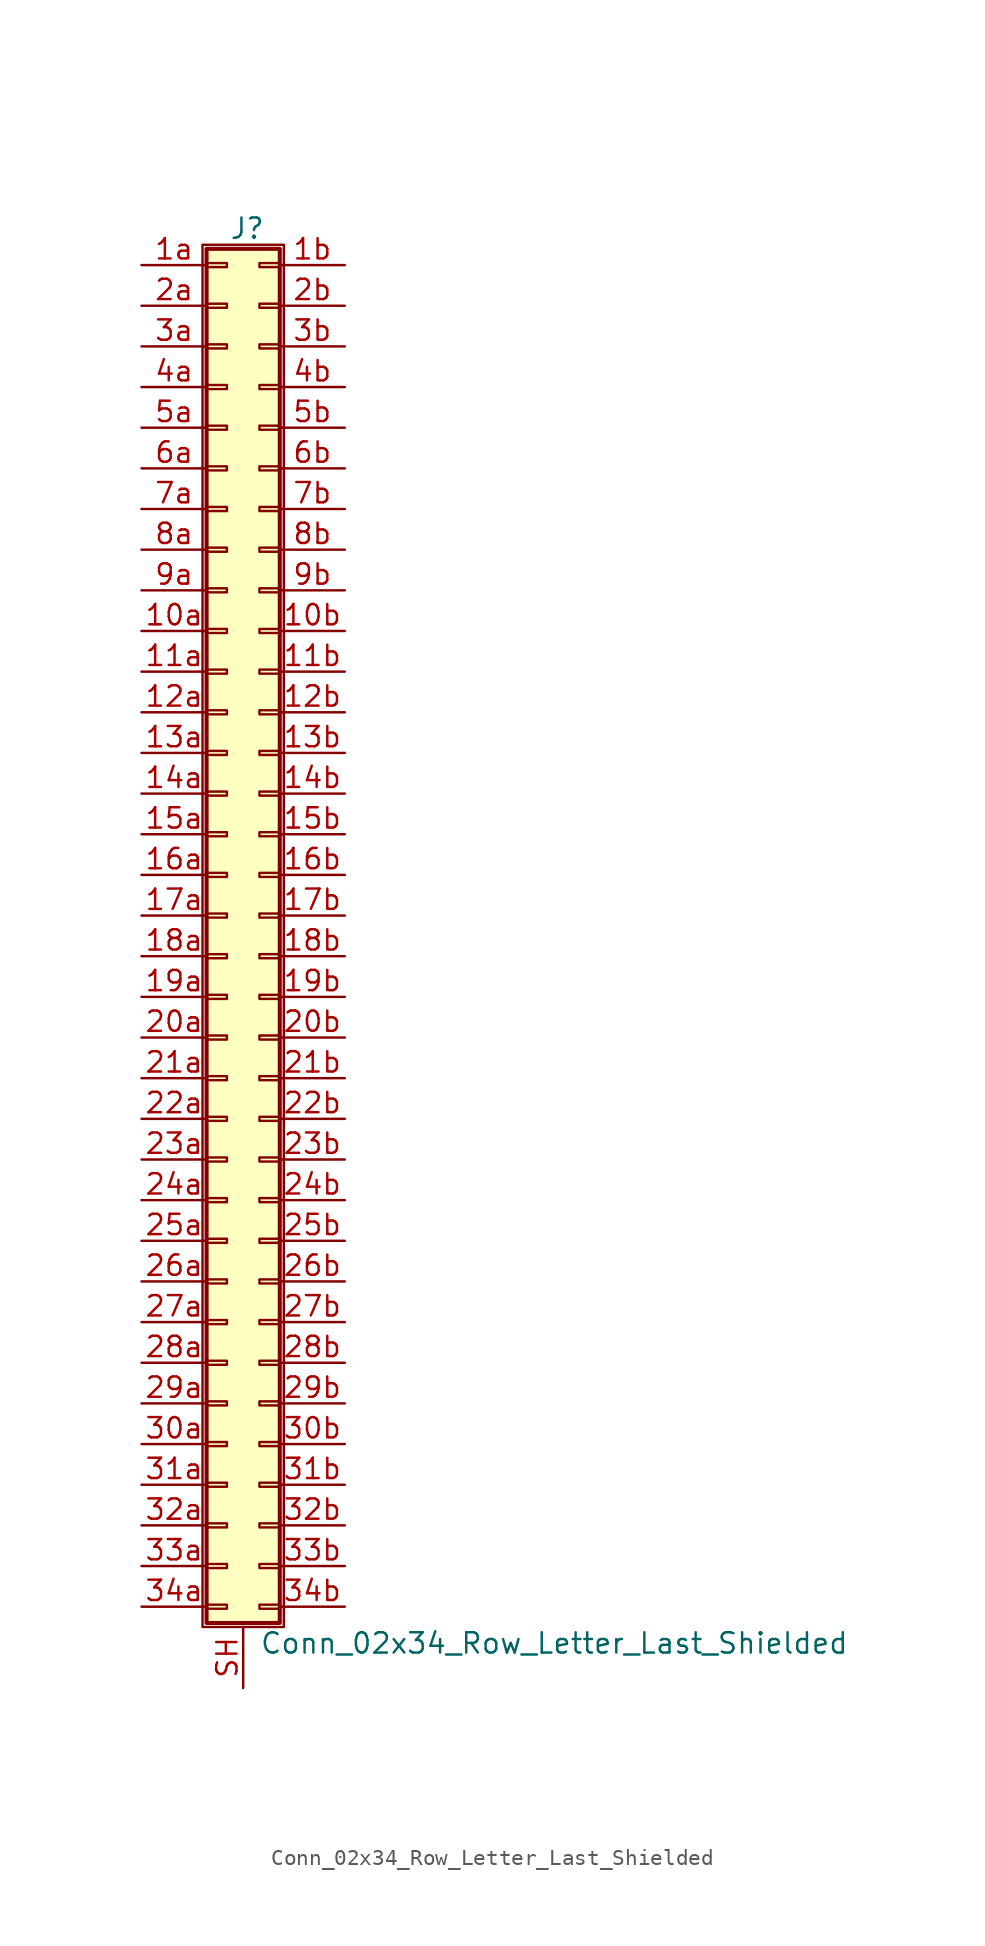
<source format=kicad_sym>
(kicad_symbol_lib
  (version 20211014)
  (generator kicad_symbol_editor)
  (symbol "Conn_02x34_Row_Letter_Last_Shielded"
    (pin_names
      (offset 1.016) hide)
    (property "Reference" "J"
      (at 1.524 42.926 0)
      (effects (font (size 1.27 1.27))))
    (property "Value" "Conn_02x34_Row_Letter_Last_Shielded"
      (at 2.286 -45.466 0)
      (effects (font (size 1.27 1.27)) (justify left)))
    (symbol "Conn_02x34_Row_Letter_Last_Shielded_1_1"
      (rectangle (start -1.27 41.91) (end 3.81 -44.45) (stroke (width 0.152) (type default) (color 0 0 0 0)) (fill (type none)))
      (rectangle (start -1.016 -43.053) (end 0.254 -43.307) (stroke (width 0.152) (type default) (color 0 0 0 0)) (fill (type none)))
      (rectangle (start -1.016 -40.513) (end 0.254 -40.767) (stroke (width 0.152) (type default) (color 0 0 0 0)) (fill (type none)))
      (rectangle (start -1.016 -37.973) (end 0.254 -38.227) (stroke (width 0.152) (type default) (color 0 0 0 0)) (fill (type none)))
      (rectangle (start -1.016 -35.433) (end 0.254 -35.687) (stroke (width 0.152) (type default) (color 0 0 0 0)) (fill (type none)))
      (rectangle (start -1.016 -32.893) (end 0.254 -33.147) (stroke (width 0.152) (type default) (color 0 0 0 0)) (fill (type none)))
      (rectangle (start -1.016 -30.353) (end 0.254 -30.607) (stroke (width 0.152) (type default) (color 0 0 0 0)) (fill (type none)))
      (rectangle (start -1.016 -27.813) (end 0.254 -28.067) (stroke (width 0.152) (type default) (color 0 0 0 0)) (fill (type none)))
      (rectangle (start -1.016 -25.273) (end 0.254 -25.527) (stroke (width 0.152) (type default) (color 0 0 0 0)) (fill (type none)))
      (rectangle (start -1.016 -22.733) (end 0.254 -22.987) (stroke (width 0.152) (type default) (color 0 0 0 0)) (fill (type none)))
      (rectangle (start -1.016 -20.193) (end 0.254 -20.447) (stroke (width 0.152) (type default) (color 0 0 0 0)) (fill (type none)))
      (rectangle (start -1.016 -17.653) (end 0.254 -17.907) (stroke (width 0.152) (type default) (color 0 0 0 0)) (fill (type none)))
      (rectangle (start -1.016 -15.113) (end 0.254 -15.367) (stroke (width 0.152) (type default) (color 0 0 0 0)) (fill (type none)))
      (rectangle (start -1.016 -12.573) (end 0.254 -12.827) (stroke (width 0.152) (type default) (color 0 0 0 0)) (fill (type none)))
      (rectangle (start -1.016 -10.033) (end 0.254 -10.287) (stroke (width 0.152) (type default) (color 0 0 0 0)) (fill (type none)))
      (rectangle (start -1.016 -7.493) (end 0.254 -7.747) (stroke (width 0.152) (type default) (color 0 0 0 0)) (fill (type none)))
      (rectangle (start -1.016 -4.953) (end 0.254 -5.207) (stroke (width 0.152) (type default) (color 0 0 0 0)) (fill (type none)))
      (rectangle (start -1.016 -2.413) (end 0.254 -2.667) (stroke (width 0.152) (type default) (color 0 0 0 0)) (fill (type none)))
      (rectangle (start -1.016 0.127) (end 0.254 -0.127) (stroke (width 0.152) (type default) (color 0 0 0 0)) (fill (type none)))
      (rectangle (start -1.016 2.667) (end 0.254 2.413) (stroke (width 0.152) (type default) (color 0 0 0 0)) (fill (type none)))
      (rectangle (start -1.016 5.207) (end 0.254 4.953) (stroke (width 0.152) (type default) (color 0 0 0 0)) (fill (type none)))
      (rectangle (start -1.016 7.747) (end 0.254 7.493) (stroke (width 0.152) (type default) (color 0 0 0 0)) (fill (type none)))
      (rectangle (start -1.016 10.287) (end 0.254 10.033) (stroke (width 0.152) (type default) (color 0 0 0 0)) (fill (type none)))
      (rectangle (start -1.016 12.827) (end 0.254 12.573) (stroke (width 0.152) (type default) (color 0 0 0 0)) (fill (type none)))
      (rectangle (start -1.016 15.367) (end 0.254 15.113) (stroke (width 0.152) (type default) (color 0 0 0 0)) (fill (type none)))
      (rectangle (start -1.016 17.907) (end 0.254 17.653) (stroke (width 0.152) (type default) (color 0 0 0 0)) (fill (type none)))
      (rectangle (start -1.016 20.447) (end 0.254 20.193) (stroke (width 0.152) (type default) (color 0 0 0 0)) (fill (type none)))
      (rectangle (start -1.016 22.987) (end 0.254 22.733) (stroke (width 0.152) (type default) (color 0 0 0 0)) (fill (type none)))
      (rectangle (start -1.016 25.527) (end 0.254 25.273) (stroke (width 0.152) (type default) (color 0 0 0 0)) (fill (type none)))
      (rectangle (start -1.016 28.067) (end 0.254 27.813) (stroke (width 0.152) (type default) (color 0 0 0 0)) (fill (type none)))
      (rectangle (start -1.016 30.607) (end 0.254 30.353) (stroke (width 0.152) (type default) (color 0 0 0 0)) (fill (type none)))
      (rectangle (start -1.016 33.147) (end 0.254 32.893) (stroke (width 0.152) (type default) (color 0 0 0 0)) (fill (type none)))
      (rectangle (start -1.016 35.687) (end 0.254 35.433) (stroke (width 0.152) (type default) (color 0 0 0 0)) (fill (type none)))
      (rectangle (start -1.016 38.227) (end 0.254 37.973) (stroke (width 0.152) (type default) (color 0 0 0 0)) (fill (type none)))
      (rectangle (start -1.016 40.767) (end 0.254 40.513) (stroke (width 0.152) (type default) (color 0 0 0 0)) (fill (type none)))
      (rectangle (start -1.016 41.656) (end 3.556 -44.196) (stroke (width 0.254) (type default) (color 0 0 0 0)) (fill (type background)))
      (rectangle (start 3.556 -43.053) (end 2.286 -43.307) (stroke (width 0.152) (type default) (color 0 0 0 0)) (fill (type none)))
      (rectangle (start 3.556 -40.513) (end 2.286 -40.767) (stroke (width 0.152) (type default) (color 0 0 0 0)) (fill (type none)))
      (rectangle (start 3.556 -37.973) (end 2.286 -38.227) (stroke (width 0.152) (type default) (color 0 0 0 0)) (fill (type none)))
      (rectangle (start 3.556 -35.433) (end 2.286 -35.687) (stroke (width 0.152) (type default) (color 0 0 0 0)) (fill (type none)))
      (rectangle (start 3.556 -32.893) (end 2.286 -33.147) (stroke (width 0.152) (type default) (color 0 0 0 0)) (fill (type none)))
      (rectangle (start 3.556 -30.353) (end 2.286 -30.607) (stroke (width 0.152) (type default) (color 0 0 0 0)) (fill (type none)))
      (rectangle (start 3.556 -27.813) (end 2.286 -28.067) (stroke (width 0.152) (type default) (color 0 0 0 0)) (fill (type none)))
      (rectangle (start 3.556 -25.273) (end 2.286 -25.527) (stroke (width 0.152) (type default) (color 0 0 0 0)) (fill (type none)))
      (rectangle (start 3.556 -22.733) (end 2.286 -22.987) (stroke (width 0.152) (type default) (color 0 0 0 0)) (fill (type none)))
      (rectangle (start 3.556 -20.193) (end 2.286 -20.447) (stroke (width 0.152) (type default) (color 0 0 0 0)) (fill (type none)))
      (rectangle (start 3.556 -17.653) (end 2.286 -17.907) (stroke (width 0.152) (type default) (color 0 0 0 0)) (fill (type none)))
      (rectangle (start 3.556 -15.113) (end 2.286 -15.367) (stroke (width 0.152) (type default) (color 0 0 0 0)) (fill (type none)))
      (rectangle (start 3.556 -12.573) (end 2.286 -12.827) (stroke (width 0.152) (type default) (color 0 0 0 0)) (fill (type none)))
      (rectangle (start 3.556 -10.033) (end 2.286 -10.287) (stroke (width 0.152) (type default) (color 0 0 0 0)) (fill (type none)))
      (rectangle (start 3.556 -7.493) (end 2.286 -7.747) (stroke (width 0.152) (type default) (color 0 0 0 0)) (fill (type none)))
      (rectangle (start 3.556 -4.953) (end 2.286 -5.207) (stroke (width 0.152) (type default) (color 0 0 0 0)) (fill (type none)))
      (rectangle (start 3.556 -2.413) (end 2.286 -2.667) (stroke (width 0.152) (type default) (color 0 0 0 0)) (fill (type none)))
      (rectangle (start 3.556 0.127) (end 2.286 -0.127) (stroke (width 0.152) (type default) (color 0 0 0 0)) (fill (type none)))
      (rectangle (start 3.556 2.667) (end 2.286 2.413) (stroke (width 0.152) (type default) (color 0 0 0 0)) (fill (type none)))
      (rectangle (start 3.556 5.207) (end 2.286 4.953) (stroke (width 0.152) (type default) (color 0 0 0 0)) (fill (type none)))
      (rectangle (start 3.556 7.747) (end 2.286 7.493) (stroke (width 0.152) (type default) (color 0 0 0 0)) (fill (type none)))
      (rectangle (start 3.556 10.287) (end 2.286 10.033) (stroke (width 0.152) (type default) (color 0 0 0 0)) (fill (type none)))
      (rectangle (start 3.556 12.827) (end 2.286 12.573) (stroke (width 0.152) (type default) (color 0 0 0 0)) (fill (type none)))
      (rectangle (start 3.556 15.367) (end 2.286 15.113) (stroke (width 0.152) (type default) (color 0 0 0 0)) (fill (type none)))
      (rectangle (start 3.556 17.907) (end 2.286 17.653) (stroke (width 0.152) (type default) (color 0 0 0 0)) (fill (type none)))
      (rectangle (start 3.556 20.447) (end 2.286 20.193) (stroke (width 0.152) (type default) (color 0 0 0 0)) (fill (type none)))
      (rectangle (start 3.556 22.987) (end 2.286 22.733) (stroke (width 0.152) (type default) (color 0 0 0 0)) (fill (type none)))
      (rectangle (start 3.556 25.527) (end 2.286 25.273) (stroke (width 0.152) (type default) (color 0 0 0 0)) (fill (type none)))
      (rectangle (start 3.556 28.067) (end 2.286 27.813) (stroke (width 0.152) (type default) (color 0 0 0 0)) (fill (type none)))
      (rectangle (start 3.556 30.607) (end 2.286 30.353) (stroke (width 0.152) (type default) (color 0 0 0 0)) (fill (type none)))
      (rectangle (start 3.556 33.147) (end 2.286 32.893) (stroke (width 0.152) (type default) (color 0 0 0 0)) (fill (type none)))
      (rectangle (start 3.556 35.687) (end 2.286 35.433) (stroke (width 0.152) (type default) (color 0 0 0 0)) (fill (type none)))
      (rectangle (start 3.556 38.227) (end 2.286 37.973) (stroke (width 0.152) (type default) (color 0 0 0 0)) (fill (type none)))
      (rectangle (start 3.556 40.767) (end 2.286 40.513) (stroke (width 0.152) (type default) (color 0 0 0 0)) (fill (type none)))
      (pin passive line (at -5.08 17.78 0) (length 4.064) (name "Pin_10a" (effects (font (size 1.27 1.27)))) (number "10a" (effects (font (size 1.27 1.27)))))
      (pin passive line (at 7.62 17.78 180) (length 4.064) (name "Pin_10b" (effects (font (size 1.27 1.27)))) (number "10b" (effects (font (size 1.27 1.27)))))
      (pin passive line (at -5.08 15.24 0) (length 4.064) (name "Pin_11a" (effects (font (size 1.27 1.27)))) (number "11a" (effects (font (size 1.27 1.27)))))
      (pin passive line (at 7.62 15.24 180) (length 4.064) (name "Pin_11b" (effects (font (size 1.27 1.27)))) (number "11b" (effects (font (size 1.27 1.27)))))
      (pin passive line (at -5.08 12.7 0) (length 4.064) (name "Pin_12a" (effects (font (size 1.27 1.27)))) (number "12a" (effects (font (size 1.27 1.27)))))
      (pin passive line (at 7.62 12.7 180) (length 4.064) (name "Pin_12b" (effects (font (size 1.27 1.27)))) (number "12b" (effects (font (size 1.27 1.27)))))
      (pin passive line (at -5.08 10.16 0) (length 4.064) (name "Pin_13a" (effects (font (size 1.27 1.27)))) (number "13a" (effects (font (size 1.27 1.27)))))
      (pin passive line (at 7.62 10.16 180) (length 4.064) (name "Pin_13b" (effects (font (size 1.27 1.27)))) (number "13b" (effects (font (size 1.27 1.27)))))
      (pin passive line (at -5.08 7.62 0) (length 4.064) (name "Pin_14a" (effects (font (size 1.27 1.27)))) (number "14a" (effects (font (size 1.27 1.27)))))
      (pin passive line (at 7.62 7.62 180) (length 4.064) (name "Pin_14b" (effects (font (size 1.27 1.27)))) (number "14b" (effects (font (size 1.27 1.27)))))
      (pin passive line (at -5.08 5.08 0) (length 4.064) (name "Pin_15a" (effects (font (size 1.27 1.27)))) (number "15a" (effects (font (size 1.27 1.27)))))
      (pin passive line (at 7.62 5.08 180) (length 4.064) (name "Pin_15b" (effects (font (size 1.27 1.27)))) (number "15b" (effects (font (size 1.27 1.27)))))
      (pin passive line (at -5.08 2.54 0) (length 4.064) (name "Pin_16a" (effects (font (size 1.27 1.27)))) (number "16a" (effects (font (size 1.27 1.27)))))
      (pin passive line (at 7.62 2.54 180) (length 4.064) (name "Pin_16b" (effects (font (size 1.27 1.27)))) (number "16b" (effects (font (size 1.27 1.27)))))
      (pin passive line (at -5.08 0 0) (length 4.064) (name "Pin_17a" (effects (font (size 1.27 1.27)))) (number "17a" (effects (font (size 1.27 1.27)))))
      (pin passive line (at 7.62 0 180) (length 4.064) (name "Pin_17b" (effects (font (size 1.27 1.27)))) (number "17b" (effects (font (size 1.27 1.27)))))
      (pin passive line (at -5.08 -2.54 0) (length 4.064) (name "Pin_18a" (effects (font (size 1.27 1.27)))) (number "18a" (effects (font (size 1.27 1.27)))))
      (pin passive line (at 7.62 -2.54 180) (length 4.064) (name "Pin_18b" (effects (font (size 1.27 1.27)))) (number "18b" (effects (font (size 1.27 1.27)))))
      (pin passive line (at -5.08 -5.08 0) (length 4.064) (name "Pin_19a" (effects (font (size 1.27 1.27)))) (number "19a" (effects (font (size 1.27 1.27)))))
      (pin passive line (at 7.62 -5.08 180) (length 4.064) (name "Pin_19b" (effects (font (size 1.27 1.27)))) (number "19b" (effects (font (size 1.27 1.27)))))
      (pin passive line (at -5.08 40.64 0) (length 4.064) (name "Pin_1a" (effects (font (size 1.27 1.27)))) (number "1a" (effects (font (size 1.27 1.27)))))
      (pin passive line (at 7.62 40.64 180) (length 4.064) (name "Pin_1b" (effects (font (size 1.27 1.27)))) (number "1b" (effects (font (size 1.27 1.27)))))
      (pin passive line (at -5.08 -7.62 0) (length 4.064) (name "Pin_20a" (effects (font (size 1.27 1.27)))) (number "20a" (effects (font (size 1.27 1.27)))))
      (pin passive line (at 7.62 -7.62 180) (length 4.064) (name "Pin_20b" (effects (font (size 1.27 1.27)))) (number "20b" (effects (font (size 1.27 1.27)))))
      (pin passive line (at -5.08 -10.16 0) (length 4.064) (name "Pin_21a" (effects (font (size 1.27 1.27)))) (number "21a" (effects (font (size 1.27 1.27)))))
      (pin passive line (at 7.62 -10.16 180) (length 4.064) (name "Pin_21b" (effects (font (size 1.27 1.27)))) (number "21b" (effects (font (size 1.27 1.27)))))
      (pin passive line (at -5.08 -12.7 0) (length 4.064) (name "Pin_22a" (effects (font (size 1.27 1.27)))) (number "22a" (effects (font (size 1.27 1.27)))))
      (pin passive line (at 7.62 -12.7 180) (length 4.064) (name "Pin_22b" (effects (font (size 1.27 1.27)))) (number "22b" (effects (font (size 1.27 1.27)))))
      (pin passive line (at -5.08 -15.24 0) (length 4.064) (name "Pin_23a" (effects (font (size 1.27 1.27)))) (number "23a" (effects (font (size 1.27 1.27)))))
      (pin passive line (at 7.62 -15.24 180) (length 4.064) (name "Pin_23b" (effects (font (size 1.27 1.27)))) (number "23b" (effects (font (size 1.27 1.27)))))
      (pin passive line (at -5.08 -17.78 0) (length 4.064) (name "Pin_24a" (effects (font (size 1.27 1.27)))) (number "24a" (effects (font (size 1.27 1.27)))))
      (pin passive line (at 7.62 -17.78 180) (length 4.064) (name "Pin_24b" (effects (font (size 1.27 1.27)))) (number "24b" (effects (font (size 1.27 1.27)))))
      (pin passive line (at -5.08 -20.32 0) (length 4.064) (name "Pin_25a" (effects (font (size 1.27 1.27)))) (number "25a" (effects (font (size 1.27 1.27)))))
      (pin passive line (at 7.62 -20.32 180) (length 4.064) (name "Pin_25b" (effects (font (size 1.27 1.27)))) (number "25b" (effects (font (size 1.27 1.27)))))
      (pin passive line (at -5.08 -22.86 0) (length 4.064) (name "Pin_26a" (effects (font (size 1.27 1.27)))) (number "26a" (effects (font (size 1.27 1.27)))))
      (pin passive line (at 7.62 -22.86 180) (length 4.064) (name "Pin_26b" (effects (font (size 1.27 1.27)))) (number "26b" (effects (font (size 1.27 1.27)))))
      (pin passive line (at -5.08 -25.4 0) (length 4.064) (name "Pin_27a" (effects (font (size 1.27 1.27)))) (number "27a" (effects (font (size 1.27 1.27)))))
      (pin passive line (at 7.62 -25.4 180) (length 4.064) (name "Pin_27b" (effects (font (size 1.27 1.27)))) (number "27b" (effects (font (size 1.27 1.27)))))
      (pin passive line (at -5.08 -27.94 0) (length 4.064) (name "Pin_28a" (effects (font (size 1.27 1.27)))) (number "28a" (effects (font (size 1.27 1.27)))))
      (pin passive line (at 7.62 -27.94 180) (length 4.064) (name "Pin_28b" (effects (font (size 1.27 1.27)))) (number "28b" (effects (font (size 1.27 1.27)))))
      (pin passive line (at -5.08 -30.48 0) (length 4.064) (name "Pin_29a" (effects (font (size 1.27 1.27)))) (number "29a" (effects (font (size 1.27 1.27)))))
      (pin passive line (at 7.62 -30.48 180) (length 4.064) (name "Pin_29b" (effects (font (size 1.27 1.27)))) (number "29b" (effects (font (size 1.27 1.27)))))
      (pin passive line (at -5.08 38.1 0) (length 4.064) (name "Pin_2a" (effects (font (size 1.27 1.27)))) (number "2a" (effects (font (size 1.27 1.27)))))
      (pin passive line (at 7.62 38.1 180) (length 4.064) (name "Pin_2b" (effects (font (size 1.27 1.27)))) (number "2b" (effects (font (size 1.27 1.27)))))
      (pin passive line (at -5.08 -33.02 0) (length 4.064) (name "Pin_30a" (effects (font (size 1.27 1.27)))) (number "30a" (effects (font (size 1.27 1.27)))))
      (pin passive line (at 7.62 -33.02 180) (length 4.064) (name "Pin_30b" (effects (font (size 1.27 1.27)))) (number "30b" (effects (font (size 1.27 1.27)))))
      (pin passive line (at -5.08 -35.56 0) (length 4.064) (name "Pin_31a" (effects (font (size 1.27 1.27)))) (number "31a" (effects (font (size 1.27 1.27)))))
      (pin passive line (at 7.62 -35.56 180) (length 4.064) (name "Pin_31b" (effects (font (size 1.27 1.27)))) (number "31b" (effects (font (size 1.27 1.27)))))
      (pin passive line (at -5.08 -38.1 0) (length 4.064) (name "Pin_32a" (effects (font (size 1.27 1.27)))) (number "32a" (effects (font (size 1.27 1.27)))))
      (pin passive line (at 7.62 -38.1 180) (length 4.064) (name "Pin_32b" (effects (font (size 1.27 1.27)))) (number "32b" (effects (font (size 1.27 1.27)))))
      (pin passive line (at -5.08 -40.64 0) (length 4.064) (name "Pin_33a" (effects (font (size 1.27 1.27)))) (number "33a" (effects (font (size 1.27 1.27)))))
      (pin passive line (at 7.62 -40.64 180) (length 4.064) (name "Pin_33b" (effects (font (size 1.27 1.27)))) (number "33b" (effects (font (size 1.27 1.27)))))
      (pin passive line (at -5.08 -43.18 0) (length 4.064) (name "Pin_34a" (effects (font (size 1.27 1.27)))) (number "34a" (effects (font (size 1.27 1.27)))))
      (pin passive line (at 7.62 -43.18 180) (length 4.064) (name "Pin_34b" (effects (font (size 1.27 1.27)))) (number "34b" (effects (font (size 1.27 1.27)))))
      (pin passive line (at -5.08 35.56 0) (length 4.064) (name "Pin_3a" (effects (font (size 1.27 1.27)))) (number "3a" (effects (font (size 1.27 1.27)))))
      (pin passive line (at 7.62 35.56 180) (length 4.064) (name "Pin_3b" (effects (font (size 1.27 1.27)))) (number "3b" (effects (font (size 1.27 1.27)))))
      (pin passive line (at -5.08 33.02 0) (length 4.064) (name "Pin_4a" (effects (font (size 1.27 1.27)))) (number "4a" (effects (font (size 1.27 1.27)))))
      (pin passive line (at 7.62 33.02 180) (length 4.064) (name "Pin_4b" (effects (font (size 1.27 1.27)))) (number "4b" (effects (font (size 1.27 1.27)))))
      (pin passive line (at -5.08 30.48 0) (length 4.064) (name "Pin_5a" (effects (font (size 1.27 1.27)))) (number "5a" (effects (font (size 1.27 1.27)))))
      (pin passive line (at 7.62 30.48 180) (length 4.064) (name "Pin_5b" (effects (font (size 1.27 1.27)))) (number "5b" (effects (font (size 1.27 1.27)))))
      (pin passive line (at -5.08 27.94 0) (length 4.064) (name "Pin_6a" (effects (font (size 1.27 1.27)))) (number "6a" (effects (font (size 1.27 1.27)))))
      (pin passive line (at 7.62 27.94 180) (length 4.064) (name "Pin_6b" (effects (font (size 1.27 1.27)))) (number "6b" (effects (font (size 1.27 1.27)))))
      (pin passive line (at -5.08 25.4 0) (length 4.064) (name "Pin_7a" (effects (font (size 1.27 1.27)))) (number "7a" (effects (font (size 1.27 1.27)))))
      (pin passive line (at 7.62 25.4 180) (length 4.064) (name "Pin_7b" (effects (font (size 1.27 1.27)))) (number "7b" (effects (font (size 1.27 1.27)))))
      (pin passive line (at -5.08 22.86 0) (length 4.064) (name "Pin_8a" (effects (font (size 1.27 1.27)))) (number "8a" (effects (font (size 1.27 1.27)))))
      (pin passive line (at 7.62 22.86 180) (length 4.064) (name "Pin_8b" (effects (font (size 1.27 1.27)))) (number "8b" (effects (font (size 1.27 1.27)))))
      (pin passive line (at -5.08 20.32 0) (length 4.064) (name "Pin_9a" (effects (font (size 1.27 1.27)))) (number "9a" (effects (font (size 1.27 1.27)))))
      (pin passive line (at 7.62 20.32 180) (length 4.064) (name "Pin_9b" (effects (font (size 1.27 1.27)))) (number "9b" (effects (font (size 1.27 1.27)))))
      (pin passive line (at 1.27 -48.26 90) (length 3.81) (name "Shield" (effects (font (size 1.27 1.27)))) (number "SH" (effects (font (size 1.27 1.27))))))))
</source>
